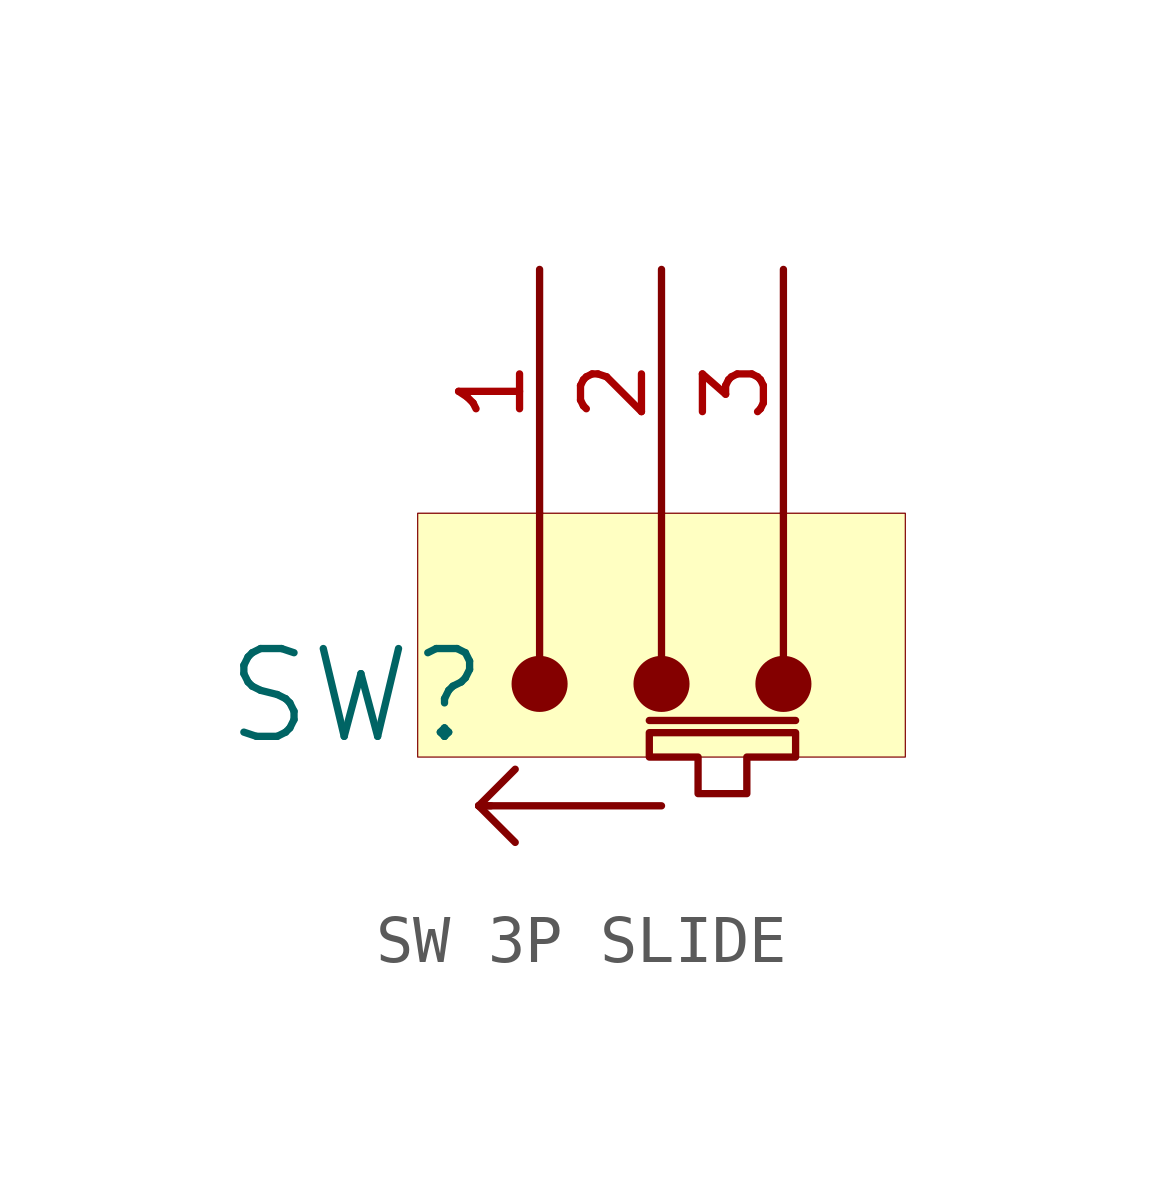
<source format=kicad_sym>
(kicad_symbol_lib
  (version 20241209)
  (generator "kicad_symbol_editor")
  (generator_version "9.0")
  (symbol "SW 3P SLIDE"
    (pin_names
      (hide yes))
    (property "Reference" "SW"
      (at -1.27 1.27 0)
      (effects (font (size 1.829 1.829))))
    (symbol "SW 3P SLIDE_1_0"
      (polyline (pts (xy 1.27 -1.016) (xy 1.524 -1.016)) (stroke (width 0) (type solid)) (fill (type none)))
      (polyline (pts (xy 1.27 -1.016) (xy 2.032 -0.254)) (stroke (width 0) (type solid)) (fill (type none)))
      (polyline (pts (xy 1.27 -1.016) (xy 2.032 -1.778)) (stroke (width 0) (type solid)) (fill (type none)))
      (polyline (pts (xy 1.27 -1.016) (xy 5.08 -1.016)) (stroke (width 0) (type solid)) (fill (type none)))
      (polyline (pts (xy 2.54 1.524) (xy 2.54 5.08)) (stroke (width 0) (type solid)) (fill (type none)))
      (circle (center 2.54 1.524) (radius 0.508) (stroke (width 0) (type solid)) (fill (type outline)))
      (polyline (pts (xy 5.08 1.524) (xy 5.08 5.08)) (stroke (width 0) (type solid)) (fill (type none)))
      (circle (center 5.08 1.524) (radius 0.508) (stroke (width 0) (type solid)) (fill (type outline)))
      (polyline (pts (xy 7.62 1.524) (xy 7.62 5.08)) (stroke (width 0) (type solid)) (fill (type none)))
      (circle (center 7.62 1.524) (radius 0.508) (stroke (width 0) (type solid)) (fill (type outline)))
      (polyline (pts (xy 7.874 0.762) (xy 4.826 0.762)) (stroke (width 0) (type solid)) (fill (type none)))
      (polyline (pts (xy 7.874 0.508) (xy 4.826 0.508) (xy 4.826 0) (xy 5.842 0) (xy 5.842 -0.762) (xy 6.858 -0.762) (xy 6.858 0) (xy 7.874 0) (xy 7.874 0.508)) (stroke (width 0) (type solid)) (fill (type none)))
      (rectangle (start 10.16 5.08) (end 0 0) (stroke (width 0.025) (type solid) (color 128 0 0 1)) (fill (type background)))
      (pin passive line (at 2.54 10.16 270) (length 5.08) (name "1" (effects (font (size 1.27 1.27)))) (number "1" (effects (font (size 1.27 1.27)))))
      (pin passive line (at 5.08 10.16 270) (length 5.08) (name "2" (effects (font (size 1.27 1.27)))) (number "2" (effects (font (size 1.27 1.27)))))
      (pin passive line (at 7.62 10.16 270) (length 5.08) (name "3" (effects (font (size 1.27 1.27)))) (number "3" (effects (font (size 1.27 1.27))))))))
</source>
